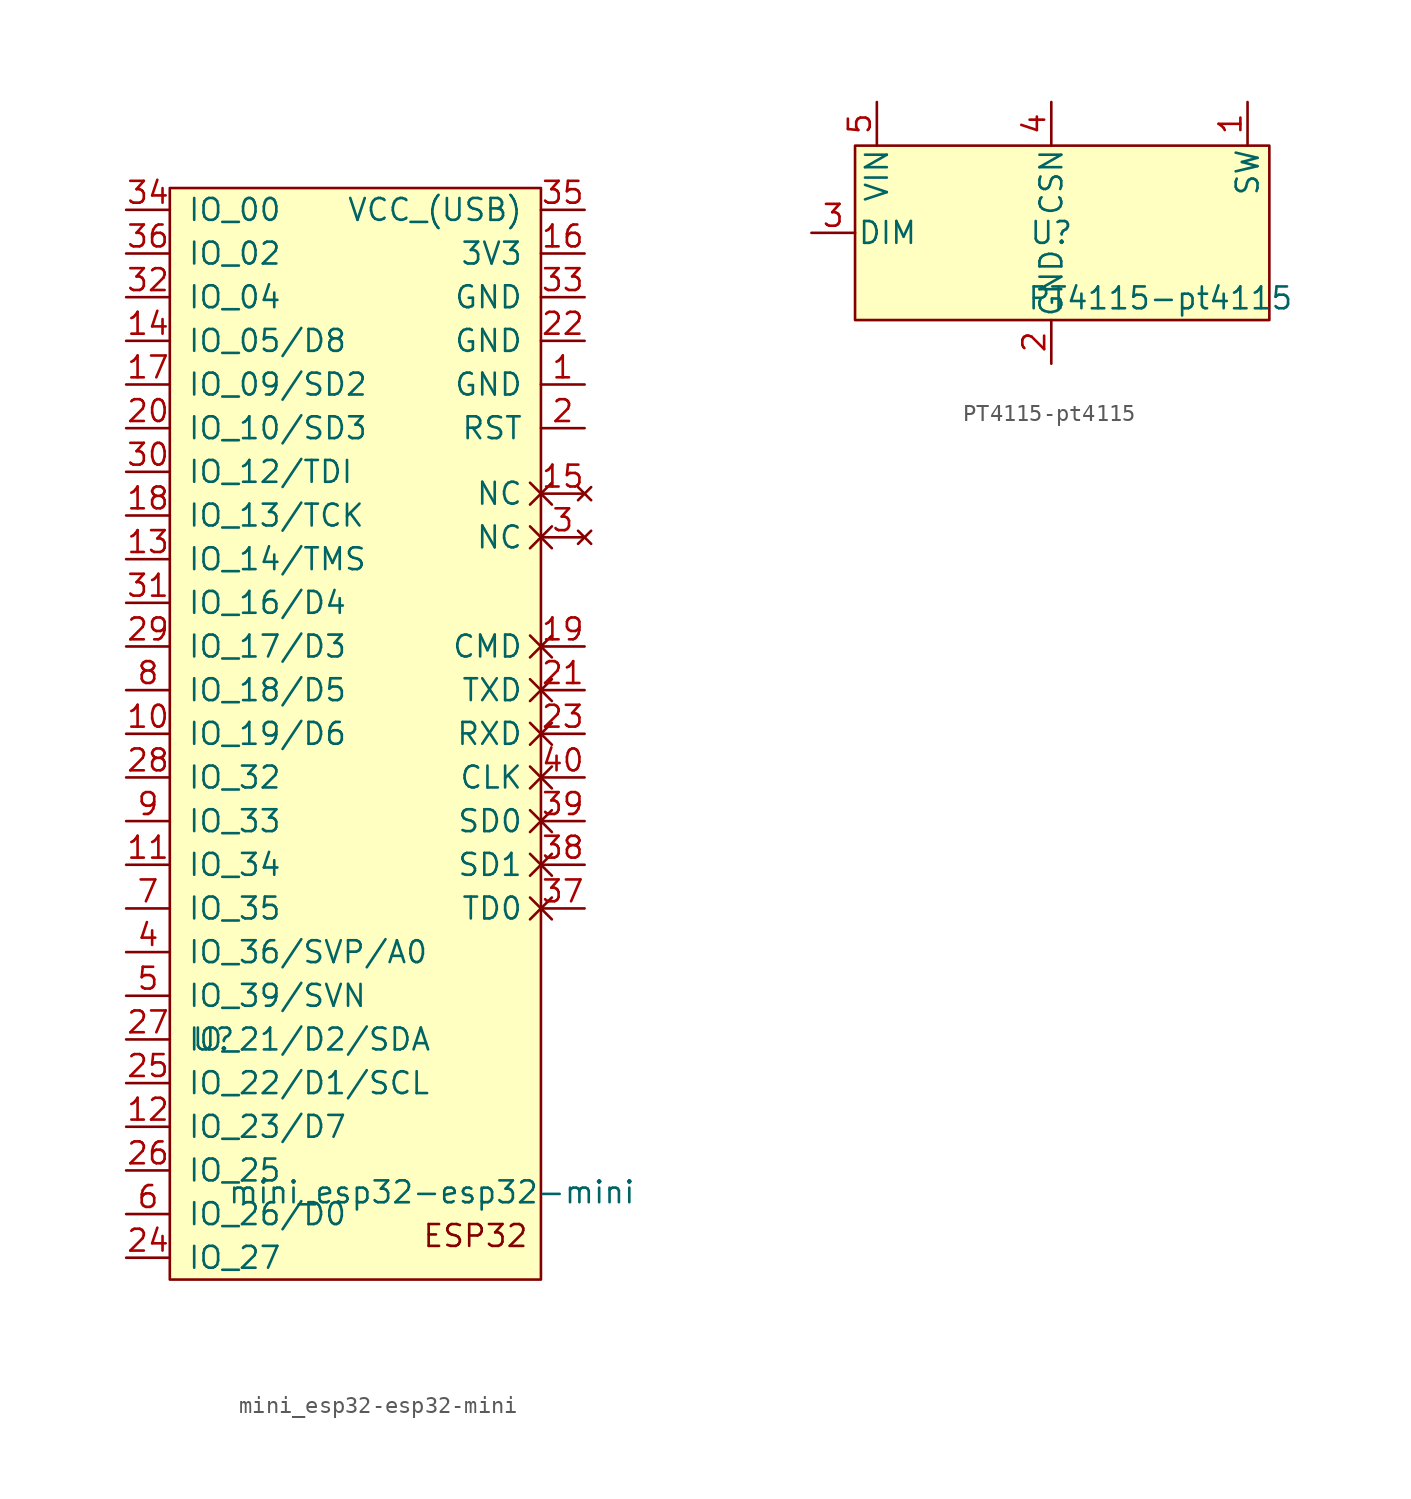
<source format=kicad_sym>
(kicad_symbol_lib
  (version 20211014)
  (generator kicad_symbol_editor)
  (symbol "mini_esp32-esp32-mini"
    (pin_names
      (offset 1.016))
    (property "Reference" "U"
      (at -7.62 -50.8 0)
      (effects (font (size 1.27 1.27))))
    (property "Value" "mini_esp32-esp32-mini"
      (at 5.08 -59.69 0)
      (effects (font (size 1.27 1.27))))
    (symbol "mini_esp32-esp32-mini_0_0"
      (text "ESP32" (at 7.62 -62.23 0) (effects (font (size 1.27 1.27))))
      (pin power_in line (at 13.97 -12.7 180) (length 2.54) (name "GND" (effects (font (size 1.27 1.27)))) (number "1" (effects (font (size 1.27 1.27)))))
      (pin input line (at 13.97 -15.24 180) (length 2.54) (name "RST" (effects (font (size 1.27 1.27)))) (number "2" (effects (font (size 1.27 1.27)))))
      (pin no_connect non_logic (at 13.97 -21.59 180) (length 2.54) (name "NC" (effects (font (size 1.27 1.27)))) (number "3" (effects (font (size 1.27 1.27)))))
      (pin bidirectional line (at -12.7 -45.72 0) (length 2.54) (name "IO_36/SVP/A0" (effects (font (size 1.27 1.27)))) (number "4" (effects (font (size 1.27 1.27)))))
      (pin bidirectional line (at -12.7 -48.26 0) (length 2.54) (name "IO_39/SVN" (effects (font (size 1.27 1.27)))) (number "5" (effects (font (size 1.27 1.27))))))
    (symbol "mini_esp32-esp32-mini_0_1"
      (rectangle (start -10.16 -1.27) (end 11.43 -64.77) (stroke (width 0) (type default) (color 0 0 0 0)) (fill (type background))))
    (symbol "mini_esp32-esp32-mini_1_1"
      (pin bidirectional line (at -12.7 -33.02 0) (length 2.54) (name "IO_19/D6" (effects (font (size 1.27 1.27)))) (number "10" (effects (font (size 1.27 1.27)))))
      (pin bidirectional line (at -12.7 -40.64 0) (length 2.54) (name "IO_34" (effects (font (size 1.27 1.27)))) (number "11" (effects (font (size 1.27 1.27)))))
      (pin bidirectional line (at -12.7 -55.88 0) (length 2.54) (name "IO_23/D7" (effects (font (size 1.27 1.27)))) (number "12" (effects (font (size 1.27 1.27)))))
      (pin bidirectional line (at -12.7 -22.86 0) (length 2.54) (name "IO_14/TMS" (effects (font (size 1.27 1.27)))) (number "13" (effects (font (size 1.27 1.27)))))
      (pin bidirectional line (at -12.7 -10.16 0) (length 2.54) (name "IO_05/D8" (effects (font (size 1.27 1.27)))) (number "14" (effects (font (size 1.27 1.27)))))
      (pin no_connect non_logic (at 13.97 -19.05 180) (length 2.54) (name "NC" (effects (font (size 1.27 1.27)))) (number "15" (effects (font (size 1.27 1.27)))))
      (pin power_in line (at 13.97 -5.08 180) (length 2.54) (name "3V3" (effects (font (size 1.27 1.27)))) (number "16" (effects (font (size 1.27 1.27)))))
      (pin bidirectional line (at -12.7 -12.7 0) (length 2.54) (name "IO_09/SD2" (effects (font (size 1.27 1.27)))) (number "17" (effects (font (size 1.27 1.27)))))
      (pin bidirectional line (at -12.7 -20.32 0) (length 2.54) (name "IO_13/TCK" (effects (font (size 1.27 1.27)))) (number "18" (effects (font (size 1.27 1.27)))))
      (pin passive non_logic (at 13.97 -27.94 180) (length 2.54) (name "CMD" (effects (font (size 1.27 1.27)))) (number "19" (effects (font (size 1.27 1.27)))))
      (pin bidirectional line (at -12.7 -15.24 0) (length 2.54) (name "IO_10/SD3" (effects (font (size 1.27 1.27)))) (number "20" (effects (font (size 1.27 1.27)))))
      (pin passive non_logic (at 13.97 -30.48 180) (length 2.54) (name "TXD" (effects (font (size 1.27 1.27)))) (number "21" (effects (font (size 1.27 1.27)))))
      (pin power_in line (at 13.97 -10.16 180) (length 2.54) (name "GND" (effects (font (size 1.27 1.27)))) (number "22" (effects (font (size 1.27 1.27)))))
      (pin passive non_logic (at 13.97 -33.02 180) (length 2.54) (name "RXD" (effects (font (size 1.27 1.27)))) (number "23" (effects (font (size 1.27 1.27)))))
      (pin bidirectional line (at -12.7 -63.5 0) (length 2.54) (name "IO_27" (effects (font (size 1.27 1.27)))) (number "24" (effects (font (size 1.27 1.27)))))
      (pin bidirectional line (at -12.7 -53.34 0) (length 2.54) (name "IO_22/D1/SCL" (effects (font (size 1.27 1.27)))) (number "25" (effects (font (size 1.27 1.27)))))
      (pin bidirectional line (at -12.7 -58.42 0) (length 2.54) (name "IO_25" (effects (font (size 1.27 1.27)))) (number "26" (effects (font (size 1.27 1.27)))))
      (pin bidirectional line (at -12.7 -50.8 0) (length 2.54) (name "IO_21/D2/SDA" (effects (font (size 1.27 1.27)))) (number "27" (effects (font (size 1.27 1.27)))))
      (pin bidirectional line (at -12.7 -35.56 0) (length 2.54) (name "IO_32" (effects (font (size 1.27 1.27)))) (number "28" (effects (font (size 1.27 1.27)))))
      (pin bidirectional line (at -12.7 -27.94 0) (length 2.54) (name "IO_17/D3" (effects (font (size 1.27 1.27)))) (number "29" (effects (font (size 1.27 1.27)))))
      (pin bidirectional line (at -12.7 -17.78 0) (length 2.54) (name "IO_12/TDI" (effects (font (size 1.27 1.27)))) (number "30" (effects (font (size 1.27 1.27)))))
      (pin bidirectional line (at -12.7 -25.4 0) (length 2.54) (name "IO_16/D4" (effects (font (size 1.27 1.27)))) (number "31" (effects (font (size 1.27 1.27)))))
      (pin bidirectional line (at -12.7 -7.62 0) (length 2.54) (name "IO_04" (effects (font (size 1.27 1.27)))) (number "32" (effects (font (size 1.27 1.27)))))
      (pin power_in line (at 13.97 -7.62 180) (length 2.54) (name "GND" (effects (font (size 1.27 1.27)))) (number "33" (effects (font (size 1.27 1.27)))))
      (pin bidirectional line (at -12.7 -2.54 0) (length 2.54) (name "IO_00" (effects (font (size 1.27 1.27)))) (number "34" (effects (font (size 1.27 1.27)))))
      (pin power_in line (at 13.97 -2.54 180) (length 2.54) (name "VCC_(USB)" (effects (font (size 1.27 1.27)))) (number "35" (effects (font (size 1.27 1.27)))))
      (pin bidirectional line (at -12.7 -5.08 0) (length 2.54) (name "IO_02" (effects (font (size 1.27 1.27)))) (number "36" (effects (font (size 1.27 1.27)))))
      (pin passive non_logic (at 13.97 -43.18 180) (length 2.54) (name "TD0" (effects (font (size 1.27 1.27)))) (number "37" (effects (font (size 1.27 1.27)))))
      (pin passive non_logic (at 13.97 -40.64 180) (length 2.54) (name "SD1" (effects (font (size 1.27 1.27)))) (number "38" (effects (font (size 1.27 1.27)))))
      (pin passive non_logic (at 13.97 -38.1 180) (length 2.54) (name "SD0" (effects (font (size 1.27 1.27)))) (number "39" (effects (font (size 1.27 1.27)))))
      (pin passive non_logic (at 13.97 -35.56 180) (length 2.54) (name "CLK" (effects (font (size 1.27 1.27)))) (number "40" (effects (font (size 1.27 1.27)))))
      (pin bidirectional line (at -12.7 -60.96 0) (length 2.54) (name "IO_26/D0" (effects (font (size 1.27 1.27)))) (number "6" (effects (font (size 1.27 1.27)))))
      (pin bidirectional line (at -12.7 -43.18 0) (length 2.54) (name "IO_35" (effects (font (size 1.27 1.27)))) (number "7" (effects (font (size 1.27 1.27)))))
      (pin bidirectional line (at -12.7 -30.48 0) (length 2.54) (name "IO_18/D5" (effects (font (size 1.27 1.27)))) (number "8" (effects (font (size 1.27 1.27)))))
      (pin bidirectional line (at -12.7 -38.1 0) (length 2.54) (name "IO_33" (effects (font (size 1.27 1.27)))) (number "9" (effects (font (size 1.27 1.27)))))))
  (symbol "PT4115-pt4115"
    (pin_names
      (offset 0.127))
    (property "Reference" "U"
      (at 0 -5.08 0)
      (effects (font (size 1.27 1.27))))
    (property "Value" "PT4115-pt4115"
      (at 6.35 -8.89 0)
      (effects (font (size 1.27 1.27))))
    (symbol "PT4115-pt4115_0_1"
      (rectangle (start -11.43 0) (end 12.7 -10.16) (stroke (width 0) (type default) (color 0 0 0 0)) (fill (type background))))
    (symbol "PT4115-pt4115_1_1"
      (pin output line (at 11.43 2.54 270) (length 2.54) (name "SW" (effects (font (size 1.27 1.27)))) (number "1" (effects (font (size 1.27 1.27)))))
      (pin power_in line (at 0 -12.7 90) (length 2.54) (name "GND" (effects (font (size 1.27 1.27)))) (number "2" (effects (font (size 1.27 1.27)))))
      (pin input line (at -13.97 -5.08 0) (length 2.54) (name "DIM" (effects (font (size 1.27 1.27)))) (number "3" (effects (font (size 1.27 1.27)))))
      (pin input line (at 0 2.54 270) (length 2.54) (name "CSN" (effects (font (size 1.27 1.27)))) (number "4" (effects (font (size 1.27 1.27)))))
      (pin power_in line (at -10.16 2.54 270) (length 2.54) (name "VIN" (effects (font (size 1.27 1.27)))) (number "5" (effects (font (size 1.27 1.27))))))))
</source>
